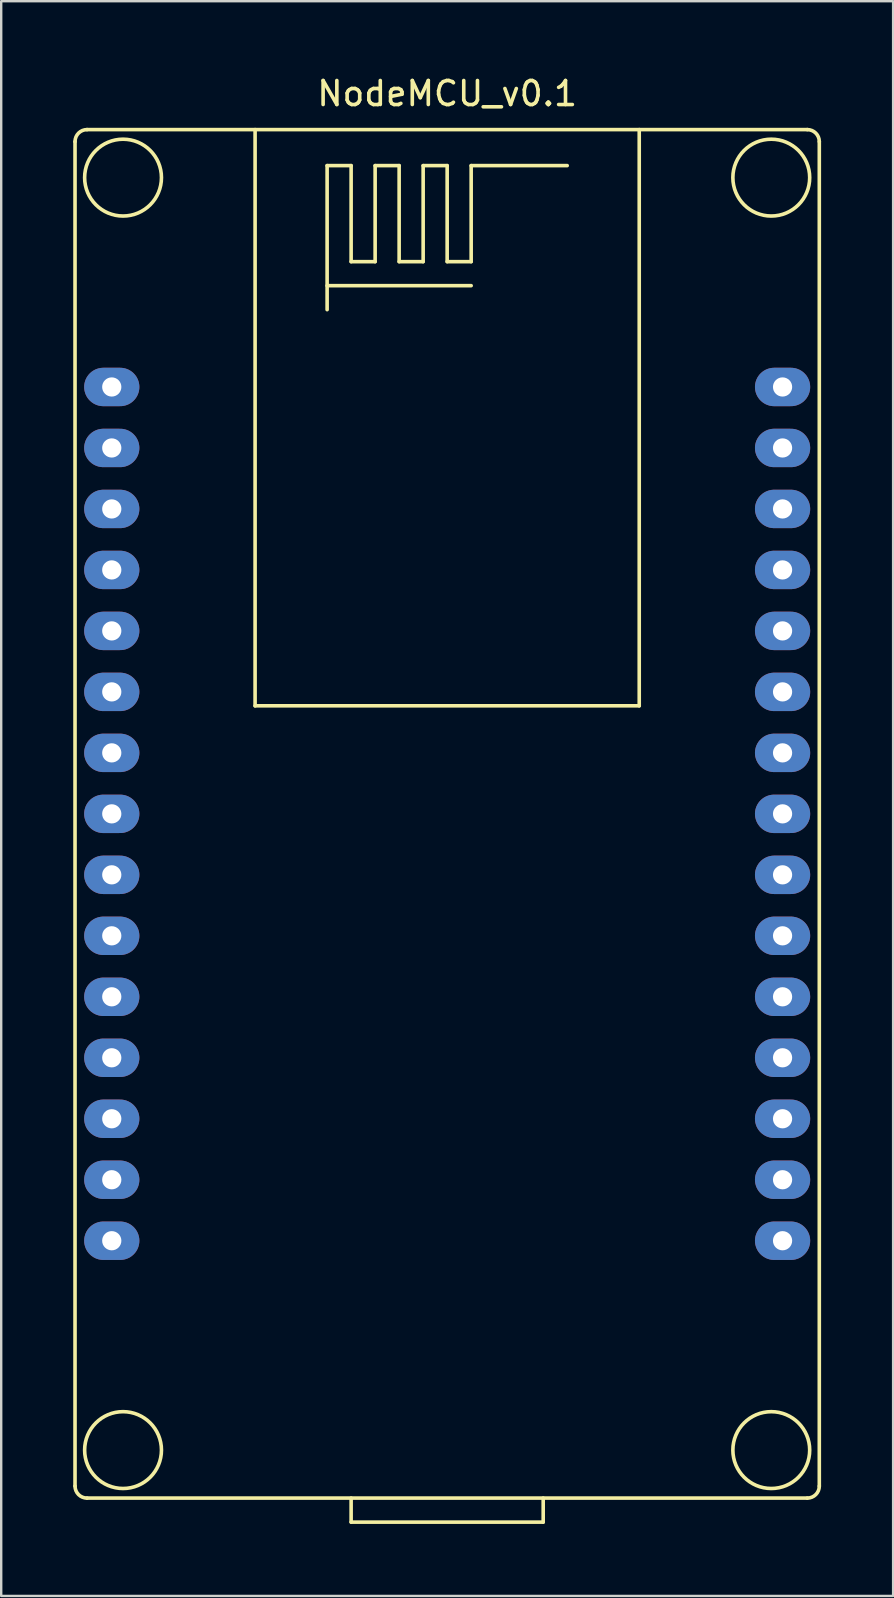
<source format=kicad_pcb>
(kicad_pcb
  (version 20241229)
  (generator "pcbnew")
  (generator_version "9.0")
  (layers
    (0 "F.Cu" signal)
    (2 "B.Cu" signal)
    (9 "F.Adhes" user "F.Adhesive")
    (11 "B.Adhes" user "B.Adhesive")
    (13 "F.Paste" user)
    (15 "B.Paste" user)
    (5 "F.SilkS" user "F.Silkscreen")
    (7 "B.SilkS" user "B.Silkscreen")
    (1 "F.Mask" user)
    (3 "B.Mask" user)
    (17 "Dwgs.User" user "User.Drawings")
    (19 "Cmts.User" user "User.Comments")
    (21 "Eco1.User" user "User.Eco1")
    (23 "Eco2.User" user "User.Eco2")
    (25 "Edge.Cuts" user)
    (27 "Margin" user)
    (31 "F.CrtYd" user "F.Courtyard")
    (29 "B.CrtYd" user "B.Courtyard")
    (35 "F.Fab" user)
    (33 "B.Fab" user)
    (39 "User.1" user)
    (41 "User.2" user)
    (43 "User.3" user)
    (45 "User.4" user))
  (footprint "NodeMCU_v0.1"
    (layer "F.Cu")
    (at 15.575 30.848)
    (property "Reference" "NodeMCU_v0.1" (at 0 -30 180) (layer "F.SilkS") (effects (font (size 1 1) (thickness 0.15))))
    (attr through_hole)
    (fp_line (start -15.5 -28) (end -15.5 28) (stroke (width 0.15) (type solid)) (layer "F.SilkS"))
    (fp_line (start -8 -28.5) (end -8 -4.5) (stroke (width 0.15) (type solid)) (layer "F.SilkS"))
    (fp_line (start -5 -27) (end -4 -27) (stroke (width 0.15) (type solid)) (layer "F.SilkS"))
    (fp_line (start -5 -22) (end 1 -22) (stroke (width 0.15) (type solid)) (layer "F.SilkS"))
    (fp_line (start -5 -21) (end -5 -27) (stroke (width 0.15) (type solid)) (layer "F.SilkS"))
    (fp_line (start -4 -27) (end -4 -23) (stroke (width 0.15) (type solid)) (layer "F.SilkS"))
    (fp_line (start -4 -23) (end -3 -23) (stroke (width 0.15) (type solid)) (layer "F.SilkS"))
    (fp_line (start -4 29.5) (end -4 28.5) (stroke (width 0.15) (type solid)) (layer "F.SilkS"))
    (fp_line (start -3 -27) (end -2 -27) (stroke (width 0.15) (type solid)) (layer "F.SilkS"))
    (fp_line (start -3 -23) (end -3 -27) (stroke (width 0.15) (type solid)) (layer "F.SilkS"))
    (fp_line (start -2 -27) (end -2 -23) (stroke (width 0.15) (type solid)) (layer "F.SilkS"))
    (fp_line (start -2 -23) (end -1 -23) (stroke (width 0.15) (type solid)) (layer "F.SilkS"))
    (fp_line (start -1 -27) (end 0 -27) (stroke (width 0.15) (type solid)) (layer "F.SilkS"))
    (fp_line (start -1 -23) (end -1 -27) (stroke (width 0.15) (type solid)) (layer "F.SilkS"))
    (fp_line (start 0 -27) (end 0 -23) (stroke (width 0.15) (type solid)) (layer "F.SilkS"))
    (fp_line (start 0 -23) (end 1 -23) (stroke (width 0.15) (type solid)) (layer "F.SilkS"))
    (fp_line (start 1 -27) (end 5 -27) (stroke (width 0.15) (type solid)) (layer "F.SilkS"))
    (fp_line (start 1 -23) (end 1 -27) (stroke (width 0.15) (type solid)) (layer "F.SilkS"))
    (fp_line (start 4 29.5) (end -4 29.5) (stroke (width 0.15) (type solid)) (layer "F.SilkS"))
    (fp_line (start 4 29.5) (end 4 28.5) (stroke (width 0.15) (type solid)) (layer "F.SilkS"))
    (fp_line (start 8 -28.5) (end 8 -4.5) (stroke (width 0.15) (type solid)) (layer "F.SilkS"))
    (fp_line (start 8 -4.5) (end -8 -4.5) (stroke (width 0.15) (type solid)) (layer "F.SilkS"))
    (fp_line (start 15 -28.5) (end -15 -28.5) (stroke (width 0.15) (type solid)) (layer "F.SilkS"))
    (fp_line (start 15 28.5) (end -15 28.5) (stroke (width 0.15) (type solid)) (layer "F.SilkS"))
    (fp_line (start 15.5 28) (end 15.5 -28) (stroke (width 0.15) (type solid)) (layer "F.SilkS"))
    (fp_arc (start -15.5 -28) (mid -15.353553 -28.353553) (end -15 -28.5) (stroke (width 0.15) (type solid)) (layer "F.SilkS"))
    (fp_arc (start -15 28.5) (mid -15.353553 28.353553) (end -15.5 28) (stroke (width 0.15) (type solid)) (layer "F.SilkS"))
    (fp_arc (start 15 -28.5) (mid 15.353553 -28.353553) (end 15.5 -28) (stroke (width 0.15) (type solid)) (layer "F.SilkS"))
    (fp_arc (start 15.5 28) (mid 15.353553 28.353553) (end 15 28.5) (stroke (width 0.15) (type solid)) (layer "F.SilkS"))
    (fp_circle (center -13.5 -26.5) (end -11.9 -26.5) (stroke (width 0.15) (type solid)) (fill no) (layer "F.SilkS"))
    (fp_circle (center -13.5 26.5) (end -11.9 26.5) (stroke (width 0.15) (type solid)) (fill no) (layer "F.SilkS"))
    (fp_circle (center 13.5 -26.5) (end 15.1 -26.5) (stroke (width 0.15) (type solid)) (fill no) (layer "F.SilkS"))
    (fp_circle (center 13.5 26.5) (end 15.1 26.5) (stroke (width 0.15) (type solid)) (fill no) (layer "F.SilkS"))
    (pad "1" thru_hole oval (at -13.97 -17.78) (size 2.3 1.6) (drill 0.8) (layers "*.Cu" "*.Mask"))
    (pad "2" thru_hole oval (at -13.97 -15.24) (size 2.3 1.6) (drill 0.8) (layers "*.Cu" "*.Mask"))
    (pad "3" thru_hole oval (at -13.97 -12.7) (size 2.3 1.6) (drill 0.8) (layers "*.Cu" "*.Mask"))
    (pad "4" thru_hole oval (at -13.97 -10.16) (size 2.3 1.6) (drill 0.8) (layers "*.Cu" "*.Mask"))
    (pad "5" thru_hole oval (at -13.97 -7.62) (size 2.3 1.6) (drill 0.8) (layers "*.Cu" "*.Mask"))
    (pad "6" thru_hole oval (at -13.97 -5.08) (size 2.3 1.6) (drill 0.8) (layers "*.Cu" "*.Mask"))
    (pad "7" thru_hole oval (at -13.97 -2.54) (size 2.3 1.6) (drill 0.8) (layers "*.Cu" "*.Mask"))
    (pad "8" thru_hole oval (at -13.97 0) (size 2.3 1.6) (drill 0.8) (layers "*.Cu" "*.Mask"))
    (pad "9" thru_hole oval (at -13.97 2.54) (size 2.3 1.6) (drill 0.8) (layers "*.Cu" "*.Mask"))
    (pad "10" thru_hole oval (at -13.97 5.08) (size 2.3 1.6) (drill 0.8) (layers "*.Cu" "*.Mask"))
    (pad "11" thru_hole oval (at -13.97 7.62) (size 2.3 1.6) (drill 0.8) (layers "*.Cu" "*.Mask"))
    (pad "12" thru_hole oval (at -13.97 10.16) (size 2.3 1.6) (drill 0.8) (layers "*.Cu" "*.Mask"))
    (pad "13" thru_hole oval (at -13.97 12.7) (size 2.3 1.6) (drill 0.8) (layers "*.Cu" "*.Mask"))
    (pad "14" thru_hole oval (at -13.97 15.24) (size 2.3 1.6) (drill 0.8) (layers "*.Cu" "*.Mask"))
    (pad "15" thru_hole oval (at -13.97 17.78) (size 2.3 1.6) (drill 0.8) (layers "*.Cu" "*.Mask"))
    (pad "16" thru_hole oval (at 13.97 17.78) (size 2.3 1.6) (drill 0.8) (layers "*.Cu" "*.Mask"))
    (pad "17" thru_hole oval (at 13.97 15.24) (size 2.3 1.6) (drill 0.8) (layers "*.Cu" "*.Mask"))
    (pad "18" thru_hole oval (at 13.97 12.7) (size 2.3 1.6) (drill 0.8) (layers "*.Cu" "*.Mask"))
    (pad "19" thru_hole oval (at 13.97 10.16) (size 2.3 1.6) (drill 0.8) (layers "*.Cu" "*.Mask"))
    (pad "20" thru_hole oval (at 13.97 7.62) (size 2.3 1.6) (drill 0.8) (layers "*.Cu" "*.Mask"))
    (pad "21" thru_hole oval (at 13.97 5.08) (size 2.3 1.6) (drill 0.8) (layers "*.Cu" "*.Mask"))
    (pad "22" thru_hole oval (at 13.97 2.54) (size 2.3 1.6) (drill 0.8) (layers "*.Cu" "*.Mask"))
    (pad "23" thru_hole oval (at 13.97 0) (size 2.3 1.6) (drill 0.8) (layers "*.Cu" "*.Mask"))
    (pad "24" thru_hole oval (at 13.97 -2.54) (size 2.3 1.6) (drill 0.8) (layers "*.Cu" "*.Mask"))
    (pad "25" thru_hole oval (at 13.97 -5.08) (size 2.3 1.6) (drill 0.8) (layers "*.Cu" "*.Mask"))
    (pad "26" thru_hole oval (at 13.97 -7.62) (size 2.3 1.6) (drill 0.8) (layers "*.Cu" "*.Mask"))
    (pad "27" thru_hole oval (at 13.97 -10.16) (size 2.3 1.6) (drill 0.8) (layers "*.Cu" "*.Mask"))
    (pad "28" thru_hole oval (at 13.97 -12.7) (size 2.3 1.6) (drill 0.8) (layers "*.Cu" "*.Mask"))
    (pad "29" thru_hole oval (at 13.97 -15.24) (size 2.3 1.6) (drill 0.8) (layers "*.Cu" "*.Mask"))
    (pad "30" thru_hole oval (at 13.97 -17.78) (size 2.3 1.6) (drill 0.8) (layers "*.Cu" "*.Mask")))
  (gr_rect
    (start -3 -3)
    (end 34.15 63.423)
    (stroke (width 0.1) (type default))
    (fill no)
    (layer "Edge.Cuts")))
</source>
